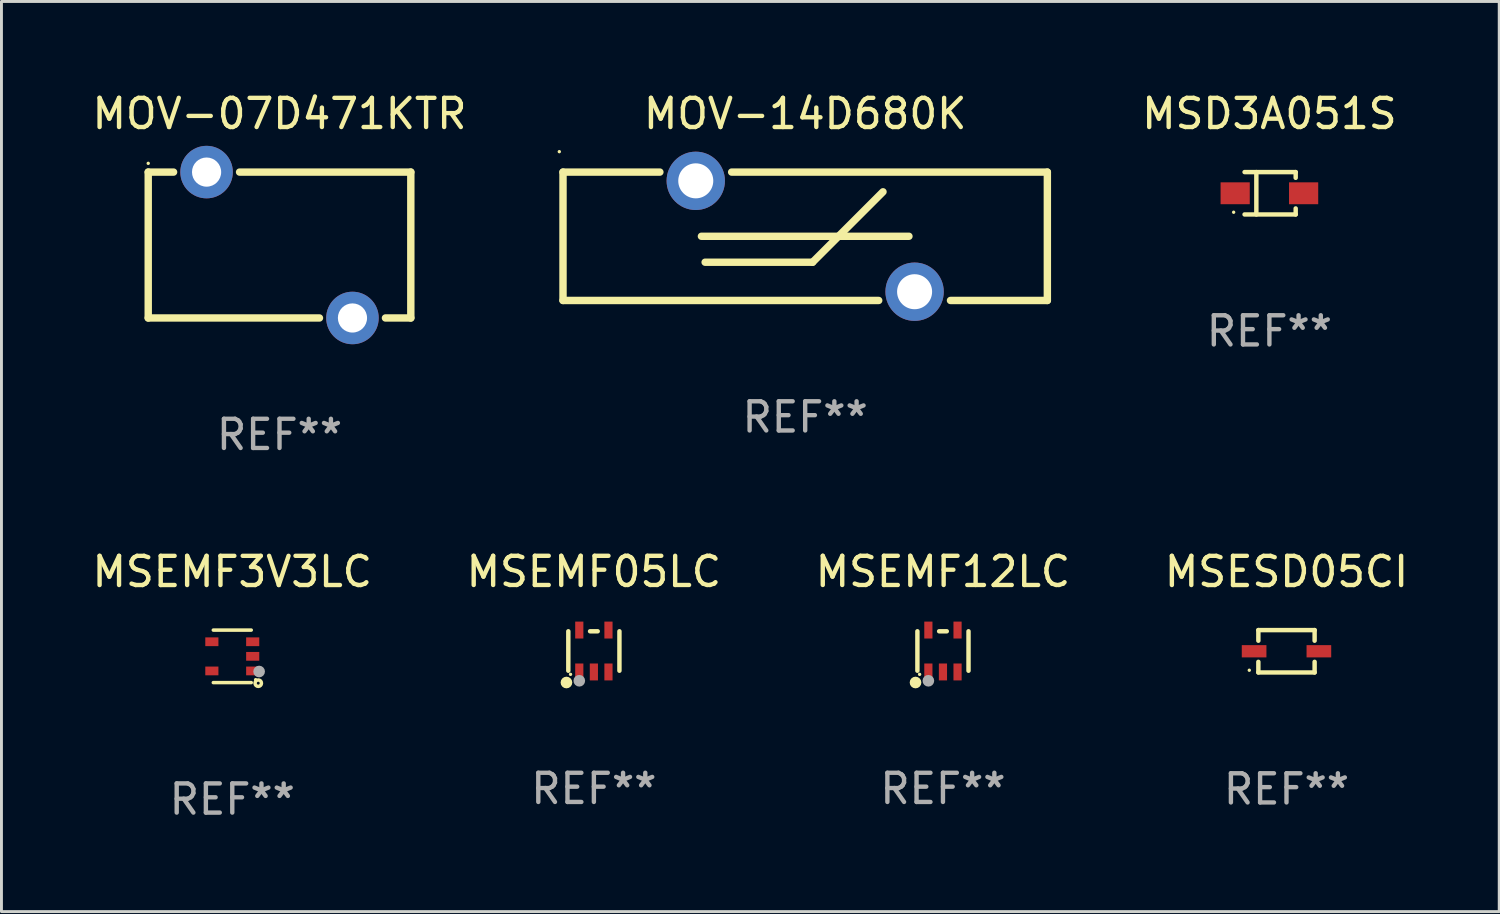
<source format=kicad_pcb>
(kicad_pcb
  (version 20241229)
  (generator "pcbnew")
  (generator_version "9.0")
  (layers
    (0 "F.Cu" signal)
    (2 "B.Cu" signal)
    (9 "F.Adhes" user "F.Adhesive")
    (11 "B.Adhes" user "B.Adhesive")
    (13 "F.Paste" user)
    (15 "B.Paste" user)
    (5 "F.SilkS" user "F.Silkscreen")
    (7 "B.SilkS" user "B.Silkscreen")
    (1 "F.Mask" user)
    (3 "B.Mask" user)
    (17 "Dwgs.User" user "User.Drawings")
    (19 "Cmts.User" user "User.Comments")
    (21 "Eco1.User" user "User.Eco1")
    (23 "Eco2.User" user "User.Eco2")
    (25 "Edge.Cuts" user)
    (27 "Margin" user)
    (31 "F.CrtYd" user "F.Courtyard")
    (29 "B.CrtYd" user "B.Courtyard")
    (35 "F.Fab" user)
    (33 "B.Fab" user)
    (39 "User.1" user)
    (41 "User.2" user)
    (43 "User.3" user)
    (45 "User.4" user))
  (footprint "MSEMF3V3LC"
    (layer "F.Cu")
    (at 4.911 19.445)
    (property "Reference" "MSEMF3V3LC" (at 0 -2.9 0) (layer "F.SilkS") (effects (font (size 1 1) (thickness 0.15))))
    (attr through_hole)
    (fp_line (start -0.65 -0.9) (end 0.65 -0.9) (stroke (width 0.12) (type solid)) (layer "F.SilkS"))
    (fp_line (start -0.65 0.9) (end 0.65 0.9) (stroke (width 0.12) (type solid)) (layer "F.SilkS"))
    (fp_circle (center 0.8 0.8) (end 0.83 0.8) (stroke (width 0.06) (type solid)) (fill no) (layer "F.SilkS"))
    (fp_circle (center 0.89 0.92) (end 0.94 0.92) (stroke (width 0.12) (type solid)) (fill no) (layer "F.SilkS"))
    (fp_circle (center 0.92 0.52) (end 1.02 0.52) (stroke (width 0.2) (type solid)) (fill no) (layer "F.Fab"))
    (fp_text user "REF**" (at 0 4.9 0) (layer "F.Fab") (effects (font (size 1 1) (thickness 0.15))))
    (pad "1" smd rect (at 0.7 0.5) (size 0.45 0.3) (layers "F.Cu" "F.Mask" "F.Paste"))
    (pad "2" smd rect (at 0.7 -0.000356) (size 0.45 0.3) (layers "F.Cu" "F.Mask" "F.Paste"))
    (pad "3" smd rect (at 0.7 -0.5) (size 0.45 0.3) (layers "F.Cu" "F.Mask" "F.Paste"))
    (pad "4" smd rect (at -0.7 -0.5) (size 0.45 0.3) (layers "F.Cu" "F.Mask" "F.Paste"))
    (pad "5" smd rect (at -0.7 0.5) (size 0.45 0.3) (layers "F.Cu" "F.Mask" "F.Paste")))
  (footprint "MSEMF05LC"
    (layer "F.Cu")
    (at 17.304 19.262)
    (property "Reference" "MSEMF05LC" (at 0 -2.718 0) (layer "F.SilkS") (effects (font (size 1 1) (thickness 0.15))))
    (attr through_hole)
    (fp_line (start -0.876 0.676) (end -0.876 -0.676) (stroke (width 0.152) (type solid)) (layer "F.SilkS"))
    (fp_line (start 0.131 -0.676) (end -0.131 -0.676) (stroke (width 0.152) (type solid)) (layer "F.SilkS"))
    (fp_line (start 0.876 0.676) (end 0.876 -0.676) (stroke (width 0.152) (type solid)) (layer "F.SilkS"))
    (fp_circle (center -0.94 1.08) (end -0.84 1.08) (stroke (width 0.2) (type solid)) (fill no) (layer "F.SilkS"))
    (fp_circle (center -0.8 0.8) (end -0.77 0.8) (stroke (width 0.06) (type solid)) (fill no) (layer "F.SilkS"))
    (fp_circle (center -0.5 1.02) (end -0.4 1.02) (stroke (width 0.2) (type solid)) (fill no) (layer "F.Fab"))
    (fp_text user "REF**" (at 0 4.718 0) (layer "F.Fab") (effects (font (size 1 1) (thickness 0.15))))
    (pad "1" smd rect (at -0.5 0.718) (size 0.28 0.58) (layers "F.Cu" "F.Mask" "F.Paste"))
    (pad "2" smd rect (at -0.000102 0.718) (size 0.28 0.58) (layers "F.Cu" "F.Mask" "F.Paste"))
    (pad "3" smd rect (at 0.5 0.718) (size 0.28 0.58) (layers "F.Cu" "F.Mask" "F.Paste"))
    (pad "4" smd rect (at 0.5 -0.718) (size 0.28 0.58) (layers "F.Cu" "F.Mask" "F.Paste"))
    (pad "5" smd rect (at -0.5 -0.718) (size 0.28 0.58) (layers "F.Cu" "F.Mask" "F.Paste")))
  (footprint "MOV-07D471KTR"
    (layer "F.Cu")
    (at 6.53 5.348)
    (property "Reference" "MOV-07D471KTR" (at 0 -4.5 0) (layer "F.SilkS") (effects (font (size 1 1) (thickness 0.15))))
    (attr through_hole)
    (fp_line (start -4.5 -2.5) (end -3.631 -2.5) (stroke (width 0.254) (type solid)) (layer "F.SilkS"))
    (fp_line (start -4.5 2.5) (end -4.5 -2.5) (stroke (width 0.254) (type solid)) (layer "F.SilkS"))
    (fp_line (start -1.369 -2.5) (end 4.5 -2.5) (stroke (width 0.254) (type solid)) (layer "F.SilkS"))
    (fp_line (start 1.369 2.5) (end -4.5 2.5) (stroke (width 0.254) (type solid)) (layer "F.SilkS"))
    (fp_line (start 4.5 -2.5) (end 4.5 2.5) (stroke (width 0.254) (type solid)) (layer "F.SilkS"))
    (fp_line (start 4.5 2.5) (end 3.631 2.5) (stroke (width 0.254) (type solid)) (layer "F.SilkS"))
    (fp_circle (center -4.5 -2.8) (end -4.47 -2.8) (stroke (width 0.06) (type solid)) (fill no) (layer "F.SilkS"))
    (fp_text user "REF**" (at 0 6.5 0) (layer "F.Fab") (effects (font (size 1 1) (thickness 0.15))))
    (pad "1" thru_hole circle (at -2.5 -2.5) (size 1.8 1.8) (drill 1) (layers "*.Cu" "*.Mask"))
    (pad "2" thru_hole circle (at 2.5 2.5) (size 1.8 1.8) (drill 1) (layers "*.Cu" "*.Mask")))
  (footprint "MSD3A051S"
    (layer "F.Cu")
    (at 40.456 3.574)
    (property "Reference" "MSD3A051S" (at 0 -2.726 0) (layer "F.SilkS") (effects (font (size 1 1) (thickness 0.15))))
    (attr through_hole)
    (fp_line (start -0.851 -0.726) (end 0.901 -0.726) (stroke (width 0.152) (type solid)) (layer "F.SilkS"))
    (fp_line (start -0.851 0.726) (end 0.901 0.726) (stroke (width 0.152) (type solid)) (layer "F.SilkS"))
    (fp_line (start -0.447 -0.726) (end -0.447 0.726) (stroke (width 0.152) (type solid)) (layer "F.SilkS"))
    (fp_line (start 0.901 -0.726) (end 0.901 -0.53) (stroke (width 0.152) (type solid)) (layer "F.SilkS"))
    (fp_line (start 0.901 0.726) (end 0.901 0.52) (stroke (width 0.152) (type solid)) (layer "F.SilkS"))
    (fp_circle (center -1.225 0.65) (end -1.195 0.65) (stroke (width 0.06) (type solid)) (fill no) (layer "F.SilkS"))
    (fp_text user "REF**" (at 0 4.726 0) (layer "F.Fab") (effects (font (size 1 1) (thickness 0.15))))
    (pad "1" smd rect (at -1.173 0) (size 1 0.75) (layers "F.Cu" "F.Mask" "F.Paste"))
    (pad "2" smd rect (at 1.173 0) (size 1 0.75) (layers "F.Cu" "F.Mask" "F.Paste")))
  (footprint "MSESD05CI"
    (layer "F.Cu")
    (at 41.042 19.271)
    (property "Reference" "MSESD05CI" (at 0 -2.726 0) (layer "F.SilkS") (effects (font (size 1 1) (thickness 0.15))))
    (attr through_hole)
    (fp_line (start -0.964 -0.726) (end 0.964 -0.726) (stroke (width 0.152) (type solid)) (layer "F.SilkS"))
    (fp_line (start -0.964 -0.362) (end -0.964 -0.726) (stroke (width 0.152) (type solid)) (layer "F.SilkS"))
    (fp_line (start -0.964 0.362) (end -0.964 0.726) (stroke (width 0.152) (type solid)) (layer "F.SilkS"))
    (fp_line (start -0.964 0.726) (end 0.964 0.726) (stroke (width 0.152) (type solid)) (layer "F.SilkS"))
    (fp_line (start 0.964 -0.362) (end 0.964 -0.726) (stroke (width 0.152) (type solid)) (layer "F.SilkS"))
    (fp_line (start 0.964 0.362) (end 0.964 0.726) (stroke (width 0.152) (type solid)) (layer "F.SilkS"))
    (fp_circle (center -1.275 0.65) (end -1.245 0.65) (stroke (width 0.06) (type solid)) (fill no) (layer "F.SilkS"))
    (fp_text user "REF**" (at 0 4.726 0) (layer "F.Fab") (effects (font (size 1 1) (thickness 0.15))))
    (pad "1" smd rect (at -1.11 -0.000076) (size 0.845 0.42) (layers "F.Cu" "F.Mask" "F.Paste"))
    (pad "2" smd rect (at 1.11 -0.000076) (size 0.845 0.42) (layers "F.Cu" "F.Mask" "F.Paste")))
  (footprint "MSEMF12LC"
    (layer "F.Cu")
    (at 29.268 19.262)
    (property "Reference" "MSEMF12LC" (at 0 -2.718 0) (layer "F.SilkS") (effects (font (size 1 1) (thickness 0.15))))
    (attr through_hole)
    (fp_line (start -0.876 0.676) (end -0.876 -0.676) (stroke (width 0.152) (type solid)) (layer "F.SilkS"))
    (fp_line (start 0.131 -0.676) (end -0.131 -0.676) (stroke (width 0.152) (type solid)) (layer "F.SilkS"))
    (fp_line (start 0.876 0.676) (end 0.876 -0.676) (stroke (width 0.152) (type solid)) (layer "F.SilkS"))
    (fp_circle (center -0.94 1.08) (end -0.84 1.08) (stroke (width 0.2) (type solid)) (fill no) (layer "F.SilkS"))
    (fp_circle (center -0.8 0.8) (end -0.77 0.8) (stroke (width 0.06) (type solid)) (fill no) (layer "F.SilkS"))
    (fp_circle (center -0.5 1.02) (end -0.4 1.02) (stroke (width 0.2) (type solid)) (fill no) (layer "F.Fab"))
    (fp_text user "REF**" (at 0 4.718 0) (layer "F.Fab") (effects (font (size 1 1) (thickness 0.15))))
    (pad "1" smd rect (at -0.5 0.718) (size 0.28 0.58) (layers "F.Cu" "F.Mask" "F.Paste"))
    (pad "2" smd rect (at -0.000102 0.718) (size 0.28 0.58) (layers "F.Cu" "F.Mask" "F.Paste"))
    (pad "3" smd rect (at 0.5 0.718) (size 0.28 0.58) (layers "F.Cu" "F.Mask" "F.Paste"))
    (pad "4" smd rect (at 0.5 -0.718) (size 0.28 0.58) (layers "F.Cu" "F.Mask" "F.Paste"))
    (pad "5" smd rect (at -0.5 -0.718) (size 0.28 0.58) (layers "F.Cu" "F.Mask" "F.Paste")))
  (footprint "MOV-14D680K"
    (layer "F.Cu")
    (at 24.546 5.048)
    (property "Reference" "MOV-14D680K" (at 0 -4.2 0) (layer "F.SilkS") (effects (font (size 1 1) (thickness 0.15))))
    (attr through_hole)
    (fp_line (start -8.3 -2.2) (end -8.3 2.2) (stroke (width 0.254) (type solid)) (layer "F.SilkS"))
    (fp_line (start -8.3 -2.2) (end -4.98 -2.2) (stroke (width 0.254) (type solid)) (layer "F.SilkS"))
    (fp_line (start -8.3 2.2) (end 2.52 2.2) (stroke (width 0.254) (type solid)) (layer "F.SilkS"))
    (fp_line (start -3.556 0) (end 3.556 0) (stroke (width 0.254) (type solid)) (layer "F.SilkS"))
    (fp_line (start -3.429 0.889) (end 0.254 0.889) (stroke (width 0.254) (type solid)) (layer "F.SilkS"))
    (fp_line (start -2.52 -2.2) (end 8.3 -2.2) (stroke (width 0.254) (type solid)) (layer "F.SilkS"))
    (fp_line (start 0.254 0.889) (end 2.667 -1.524) (stroke (width 0.254) (type solid)) (layer "F.SilkS"))
    (fp_line (start 4.98 2.2) (end 8.3 2.2) (stroke (width 0.254) (type solid)) (layer "F.SilkS"))
    (fp_line (start 8.3 -2.2) (end 8.3 2.2) (stroke (width 0.254) (type solid)) (layer "F.SilkS"))
    (fp_circle (center -8.427 -2.9) (end -8.397 -2.9) (stroke (width 0.06) (type solid)) (fill no) (layer "F.SilkS"))
    (fp_text user "REF**" (at 0 6.2 0) (layer "F.Fab") (effects (font (size 1 1) (thickness 0.15))))
    (pad "1" thru_hole circle (at -3.75 -1.9) (size 2 2) (drill 1.2) (layers "*.Cu" "*.Mask"))
    (pad "2" thru_hole circle (at 3.75 1.9) (size 2 2) (drill 1.2) (layers "*.Cu" "*.Mask")))
  (gr_rect
    (start -3 -3)
    (end 48.333 28.193)
    (stroke (width 0.1) (type default))
    (fill no)
    (layer "Edge.Cuts")))
</source>
